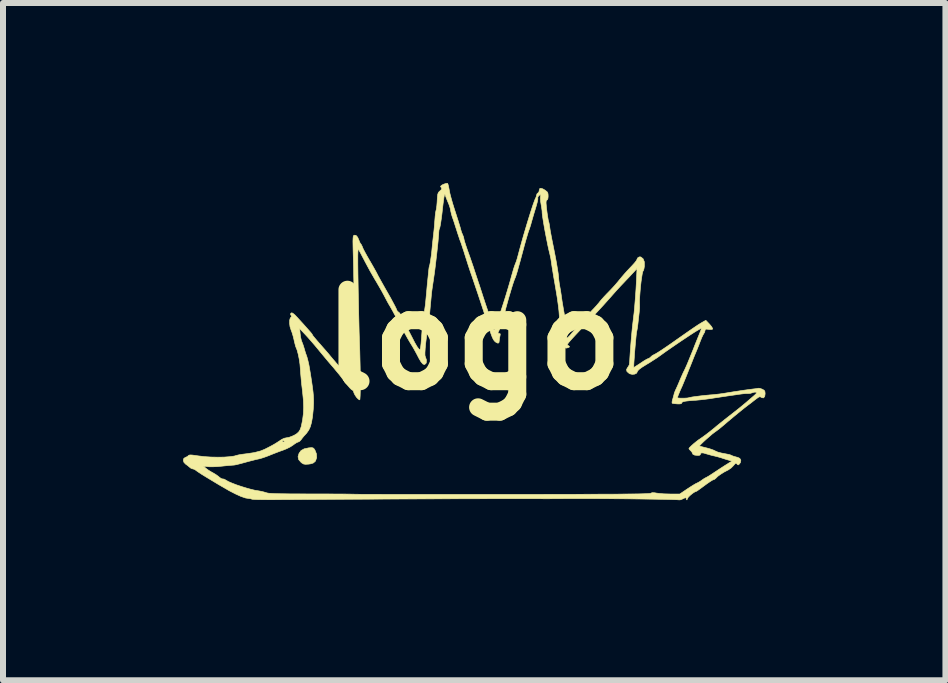
<source format=kicad_pcb>
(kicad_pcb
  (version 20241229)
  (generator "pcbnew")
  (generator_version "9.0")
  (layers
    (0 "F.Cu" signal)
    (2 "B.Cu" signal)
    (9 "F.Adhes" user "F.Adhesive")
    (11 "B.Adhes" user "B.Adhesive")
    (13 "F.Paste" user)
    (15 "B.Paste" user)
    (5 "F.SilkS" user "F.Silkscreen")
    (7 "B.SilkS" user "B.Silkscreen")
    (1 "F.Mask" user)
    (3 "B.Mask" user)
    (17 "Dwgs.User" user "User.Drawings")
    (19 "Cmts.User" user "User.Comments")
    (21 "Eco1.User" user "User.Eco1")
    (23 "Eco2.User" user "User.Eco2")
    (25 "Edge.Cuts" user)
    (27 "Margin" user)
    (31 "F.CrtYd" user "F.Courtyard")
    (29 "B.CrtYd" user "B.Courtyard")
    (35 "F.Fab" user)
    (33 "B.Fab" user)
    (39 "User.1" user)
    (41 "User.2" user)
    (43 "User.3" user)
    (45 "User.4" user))
  (footprint "logo"
    (layer "F.Cu")
    (at 4.845 2.613)
    (property "Reference" "logo" (at 0 0 0) (layer "F.SilkS") (effects (font (size 1.524 1.524) (thickness 0.3))))
    (attr through_hole)
    (fp_poly (pts (xy -2.679 1.801) (xy -2.66 1.817) (xy -2.645 1.841) (xy -2.621 1.902) (xy -2.618 1.965) (xy -2.637 2.019) (xy -2.645 2.029) (xy -2.676 2.054) (xy -2.723 2.068) (xy -2.753 2.072) (xy -2.803 2.075) (xy -2.836 2.07) (xy -2.866 2.052) (xy -2.88 2.04) (xy -2.918 1.996) (xy -2.928 1.947) (xy -2.911 1.891) (xy -2.878 1.846) (xy -2.826 1.817) (xy -2.751 1.801) (xy -2.705 1.797) (xy -2.679 1.801)) (stroke (width 0.01) (type solid)) (fill yes) (layer "F.SilkS"))
    (fp_poly (pts (xy -0.435 -2.606) (xy -0.427 -2.585) (xy -0.417 -2.544) (xy -0.407 -2.49) (xy -0.406 -2.485) (xy -0.396 -2.434) (xy -0.377 -2.362) (xy -0.353 -2.277) (xy -0.325 -2.187) (xy -0.308 -2.134) (xy -0.281 -2.05) (xy -0.256 -1.972) (xy -0.236 -1.907) (xy -0.222 -1.86) (xy -0.217 -1.84) (xy -0.203 -1.792) (xy -0.185 -1.751) (xy -0.17 -1.713) (xy -0.164 -1.684) (xy -0.159 -1.661) (xy -0.146 -1.616) (xy -0.126 -1.555) (xy -0.102 -1.485) (xy -0.098 -1.475) (xy -0.067 -1.389) (xy -0.035 -1.296) (xy -0.005 -1.209) (xy 0.014 -1.15) (xy 0.038 -1.077) (xy 0.063 -1.002) (xy 0.084 -0.938) (xy 0.091 -0.919) (xy 0.113 -0.851) (xy 0.137 -0.777) (xy 0.149 -0.74) (xy 0.161 -0.702) (xy 0.175 -0.661) (xy 0.191 -0.611) (xy 0.212 -0.549) (xy 0.239 -0.47) (xy 0.273 -0.37) (xy 0.298 -0.299) (xy 0.315 -0.247) (xy 0.327 -0.205) (xy 0.332 -0.183) (xy 0.338 -0.163) (xy 0.348 -0.171) (xy 0.363 -0.205) (xy 0.382 -0.262) (xy 0.388 -0.286) (xy 0.405 -0.345) (xy 0.42 -0.395) (xy 0.432 -0.427) (xy 0.434 -0.432) (xy 0.445 -0.458) (xy 0.462 -0.508) (xy 0.484 -0.576) (xy 0.51 -0.657) (xy 0.538 -0.747) (xy 0.566 -0.84) (xy 0.593 -0.931) (xy 0.617 -1.015) (xy 0.627 -1.053) (xy 0.648 -1.126) (xy 0.667 -1.191) (xy 0.684 -1.241) (xy 0.695 -1.27) (xy 0.709 -1.305) (xy 0.725 -1.356) (xy 0.736 -1.397) (xy 0.764 -1.502) (xy 0.795 -1.615) (xy 0.828 -1.732) (xy 0.863 -1.85) (xy 0.897 -1.964) (xy 0.93 -2.071) (xy 0.961 -2.168) (xy 0.988 -2.25) (xy 1.011 -2.314) (xy 1.027 -2.355) (xy 1.036 -2.371) (xy 1.044 -2.393) (xy 1.046 -2.408) (xy 1.056 -2.436) (xy 1.068 -2.445) (xy 1.086 -2.465) (xy 1.091 -2.489) (xy 1.099 -2.519) (xy 1.117 -2.525) (xy 1.15 -2.516) (xy 1.19 -2.493) (xy 1.223 -2.466) (xy 1.229 -2.459) (xy 1.238 -2.432) (xy 1.24 -2.394) (xy 1.237 -2.358) (xy 1.228 -2.334) (xy 1.221 -2.331) (xy 1.208 -2.317) (xy 1.205 -2.282) (xy 1.209 -2.235) (xy 1.215 -2.176) (xy 1.223 -2.113) (xy 1.232 -2.053) (xy 1.24 -2.005) (xy 1.246 -1.976) (xy 1.248 -1.972) (xy 1.254 -1.951) (xy 1.262 -1.91) (xy 1.268 -1.865) (xy 1.277 -1.807) (xy 1.291 -1.733) (xy 1.306 -1.655) (xy 1.313 -1.621) (xy 1.336 -1.507) (xy 1.358 -1.394) (xy 1.378 -1.287) (xy 1.394 -1.19) (xy 1.407 -1.109) (xy 1.414 -1.048) (xy 1.416 -1.016) (xy 1.419 -0.99) (xy 1.425 -0.945) (xy 1.433 -0.896) (xy 1.446 -0.825) (xy 1.458 -0.746) (xy 1.464 -0.702) (xy 1.473 -0.64) (xy 1.486 -0.563) (xy 1.499 -0.486) (xy 1.502 -0.471) (xy 1.52 -0.367) (xy 1.533 -0.289) (xy 1.542 -0.232) (xy 1.547 -0.194) (xy 1.548 -0.169) (xy 1.546 -0.153) (xy 1.541 -0.144) (xy 1.541 -0.144) (xy 1.534 -0.121) (xy 1.534 -0.086) (xy 1.54 -0.052) (xy 1.55 -0.032) (xy 1.554 -0.03) (xy 1.57 -0.04) (xy 1.597 -0.067) (xy 1.607 -0.078) (xy 1.644 -0.122) (xy 1.694 -0.18) (xy 1.752 -0.245) (xy 1.813 -0.314) (xy 1.873 -0.381) (xy 1.927 -0.442) (xy 1.971 -0.49) (xy 2.001 -0.521) (xy 2.002 -0.522) (xy 2.044 -0.568) (xy 2.086 -0.617) (xy 2.096 -0.63) (xy 2.126 -0.667) (xy 2.169 -0.715) (xy 2.218 -0.767) (xy 2.231 -0.78) (xy 2.288 -0.839) (xy 2.349 -0.905) (xy 2.401 -0.966) (xy 2.405 -0.971) (xy 2.464 -1.043) (xy 2.512 -1.099) (xy 2.556 -1.148) (xy 2.604 -1.199) (xy 2.641 -1.238) (xy 2.679 -1.28) (xy 2.706 -1.314) (xy 2.719 -1.336) (xy 2.719 -1.338) (xy 2.732 -1.365) (xy 2.76 -1.382) (xy 2.784 -1.381) (xy 2.822 -1.351) (xy 2.843 -1.3) (xy 2.844 -1.229) (xy 2.844 -1.227) (xy 2.837 -1.184) (xy 2.829 -1.156) (xy 2.824 -1.15) (xy 2.817 -1.136) (xy 2.808 -1.098) (xy 2.799 -1.041) (xy 2.789 -0.971) (xy 2.78 -0.892) (xy 2.773 -0.812) (xy 2.767 -0.734) (xy 2.763 -0.666) (xy 2.763 -0.613) (xy 2.764 -0.578) (xy 2.764 -0.552) (xy 2.764 -0.526) (xy 2.761 -0.495) (xy 2.757 -0.452) (xy 2.75 -0.39) (xy 2.744 -0.336) (xy 2.736 -0.264) (xy 2.728 -0.202) (xy 2.72 -0.157) (xy 2.715 -0.134) (xy 2.712 -0.115) (xy 2.707 -0.072) (xy 2.701 -0.011) (xy 2.694 0.063) (xy 2.687 0.143) (xy 2.68 0.225) (xy 2.675 0.302) (xy 2.67 0.37) (xy 2.667 0.422) (xy 2.666 0.453) (xy 2.667 0.46) (xy 2.68 0.454) (xy 2.711 0.434) (xy 2.756 0.405) (xy 2.78 0.389) (xy 2.831 0.355) (xy 2.874 0.329) (xy 2.902 0.315) (xy 2.908 0.314) (xy 2.93 0.303) (xy 2.945 0.29) (xy 2.975 0.263) (xy 2.995 0.252) (xy 3.028 0.235) (xy 3.07 0.21) (xy 3.125 0.175) (xy 3.196 0.127) (xy 3.285 0.066) (xy 3.377 0.001) (xy 3.497 -0.083) (xy 3.594 -0.151) (xy 3.673 -0.205) (xy 3.734 -0.246) (xy 3.78 -0.275) (xy 3.811 -0.293) (xy 3.868 -0.325) (xy 3.93 -0.26) (xy 3.961 -0.223) (xy 3.979 -0.193) (xy 3.982 -0.179) (xy 3.962 -0.172) (xy 3.923 -0.172) (xy 3.914 -0.174) (xy 3.876 -0.178) (xy 3.859 -0.172) (xy 3.855 -0.156) (xy 3.846 -0.122) (xy 3.835 -0.106) (xy 3.821 -0.081) (xy 3.8 -0.037) (xy 3.778 0.018) (xy 3.773 0.03) (xy 3.749 0.093) (xy 3.725 0.153) (xy 3.706 0.199) (xy 3.705 0.202) (xy 3.69 0.237) (xy 3.667 0.293) (xy 3.639 0.364) (xy 3.608 0.442) (xy 3.593 0.478) (xy 3.561 0.559) (xy 3.53 0.636) (xy 3.503 0.701) (xy 3.483 0.749) (xy 3.478 0.762) (xy 3.441 0.843) (xy 3.417 0.901) (xy 3.402 0.939) (xy 3.397 0.96) (xy 3.398 0.967) (xy 3.416 0.971) (xy 3.453 0.973) (xy 3.499 0.973) (xy 3.543 0.971) (xy 3.575 0.968) (xy 3.583 0.965) (xy 3.604 0.96) (xy 3.647 0.952) (xy 3.707 0.944) (xy 3.776 0.935) (xy 3.847 0.927) (xy 3.914 0.921) (xy 3.93 0.919) (xy 3.988 0.915) (xy 4.041 0.909) (xy 4.095 0.903) (xy 4.159 0.894) (xy 4.239 0.881) (xy 4.325 0.867) (xy 4.405 0.855) (xy 4.482 0.843) (xy 4.548 0.834) (xy 4.587 0.829) (xy 4.654 0.82) (xy 4.698 0.815) (xy 4.724 0.811) (xy 4.74 0.808) (xy 4.744 0.807) (xy 4.767 0.809) (xy 4.803 0.821) (xy 4.807 0.823) (xy 4.84 0.841) (xy 4.853 0.864) (xy 4.856 0.9) (xy 4.849 0.945) (xy 4.829 0.968) (xy 4.801 0.964) (xy 4.788 0.956) (xy 4.77 0.948) (xy 4.747 0.956) (xy 4.712 0.981) (xy 4.67 1.013) (xy 4.618 1.054) (xy 4.579 1.083) (xy 4.514 1.133) (xy 4.432 1.199) (xy 4.337 1.277) (xy 4.234 1.363) (xy 4.169 1.419) (xy 4.121 1.459) (xy 4.08 1.492) (xy 4.052 1.513) (xy 4.047 1.517) (xy 4.017 1.538) (xy 3.975 1.57) (xy 3.928 1.611) (xy 3.878 1.654) (xy 3.832 1.696) (xy 3.795 1.732) (xy 3.77 1.758) (xy 3.764 1.77) (xy 3.784 1.777) (xy 3.825 1.788) (xy 3.877 1.801) (xy 3.879 1.801) (xy 3.939 1.818) (xy 3.993 1.837) (xy 4.028 1.854) (xy 4.067 1.871) (xy 4.123 1.886) (xy 4.175 1.896) (xy 4.228 1.906) (xy 4.271 1.916) (xy 4.293 1.925) (xy 4.319 1.937) (xy 4.359 1.949) (xy 4.363 1.95) (xy 4.403 1.961) (xy 4.432 1.975) (xy 4.434 1.976) (xy 4.451 2.006) (xy 4.445 2.044) (xy 4.428 2.069) (xy 4.408 2.085) (xy 4.394 2.078) (xy 4.386 2.068) (xy 4.373 2.056) (xy 4.359 2.061) (xy 4.336 2.087) (xy 4.329 2.096) (xy 4.289 2.136) (xy 4.241 2.169) (xy 4.233 2.173) (xy 4.173 2.204) (xy 4.114 2.241) (xy 4.066 2.276) (xy 4.037 2.305) (xy 4.012 2.326) (xy 3.997 2.331) (xy 3.977 2.339) (xy 3.939 2.363) (xy 3.889 2.397) (xy 3.847 2.428) (xy 3.794 2.467) (xy 3.75 2.499) (xy 3.72 2.52) (xy 3.71 2.525) (xy 3.684 2.535) (xy 3.647 2.559) (xy 3.608 2.591) (xy 3.576 2.622) (xy 3.562 2.645) (xy 3.553 2.668) (xy 3.547 2.663) (xy 3.545 2.656) (xy 3.539 2.636) (xy 3.527 2.632) (xy 3.501 2.642) (xy 3.48 2.653) (xy 3.446 2.666) (xy 3.424 2.668) (xy 3.423 2.668) (xy 3.405 2.666) (xy 3.361 2.664) (xy 3.293 2.662) (xy 3.204 2.66) (xy 3.097 2.658) (xy 2.976 2.656) (xy 2.843 2.654) (xy 2.701 2.652) (xy 2.553 2.65) (xy 2.403 2.649) (xy 2.253 2.648) (xy 2.106 2.647) (xy 1.966 2.646) (xy 1.835 2.646) (xy 1.717 2.646) (xy 1.614 2.646) (xy 1.591 2.646) (xy 1.488 2.647) (xy 1.391 2.648) (xy 1.307 2.648) (xy 1.24 2.649) (xy 1.195 2.649) (xy 1.18 2.649) (xy 1.117 2.648) (xy 1.027 2.648) (xy 0.91 2.648) (xy 0.769 2.647) (xy 0.607 2.648) (xy 0.425 2.648) (xy 0.225 2.648) (xy 0.01 2.649) (xy -0.219 2.649) (xy -0.46 2.65) (xy -0.71 2.651) (xy -0.968 2.652) (xy -1.231 2.653) (xy -1.498 2.654) (xy -1.766 2.656) (xy -2.034 2.657) (xy -2.299 2.658) (xy -2.56 2.66) (xy -2.814 2.661) (xy -3.06 2.663) (xy -3.294 2.664) (xy -3.322 2.665) (xy -3.423 2.665) (xy -3.514 2.664) (xy -3.591 2.663) (xy -3.65 2.661) (xy -3.686 2.658) (xy -3.696 2.656) (xy -3.724 2.647) (xy -3.747 2.645) (xy -3.804 2.636) (xy -3.88 2.61) (xy -3.972 2.568) (xy -4.077 2.514) (xy -4.116 2.491) (xy -4.251 2.413) (xy -4.367 2.343) (xy -4.465 2.284) (xy -4.541 2.237) (xy -4.595 2.201) (xy -4.625 2.18) (xy -4.625 2.179) (xy -4.657 2.158) (xy -4.681 2.152) (xy -4.711 2.142) (xy -4.733 2.125) (xy -4.756 2.105) (xy -4.505 2.105) (xy -4.46 2.144) (xy -4.418 2.175) (xy -4.366 2.206) (xy -4.349 2.215) (xy -4.3 2.244) (xy -4.255 2.276) (xy -4.243 2.287) (xy -4.212 2.31) (xy -4.187 2.319) (xy -4.184 2.318) (xy -4.16 2.322) (xy -4.128 2.34) (xy -4.126 2.341) (xy -4.088 2.363) (xy -4.027 2.389) (xy -3.952 2.418) (xy -3.868 2.446) (xy -3.783 2.472) (xy -3.704 2.494) (xy -3.639 2.509) (xy -3.621 2.511) (xy -3.559 2.522) (xy -3.501 2.535) (xy -3.461 2.547) (xy -3.444 2.552) (xy -3.416 2.557) (xy -3.376 2.56) (xy -3.321 2.563) (xy -3.248 2.565) (xy -3.155 2.566) (xy -3.04 2.568) (xy -2.9 2.568) (xy -2.733 2.569) (xy -2.705 2.569) (xy -2.562 2.569) (xy -2.43 2.569) (xy -2.309 2.57) (xy -2.204 2.57) (xy -2.116 2.571) (xy -2.051 2.572) (xy -2.009 2.573) (xy -1.994 2.573) (xy -1.979 2.574) (xy -1.935 2.574) (xy -1.865 2.575) (xy -1.769 2.575) (xy -1.65 2.575) (xy -1.509 2.576) (xy -1.348 2.576) (xy -1.167 2.576) (xy -0.969 2.576) (xy -0.756 2.576) (xy -0.528 2.576) (xy -0.287 2.576) (xy -0.035 2.576) (xy 0.226 2.576) (xy 0.468 2.576) (xy 0.805 2.576) (xy 1.112 2.576) (xy 1.391 2.575) (xy 1.644 2.575) (xy 1.871 2.574) (xy 2.073 2.573) (xy 2.251 2.573) (xy 2.406 2.572) (xy 2.54 2.57) (xy 2.652 2.569) (xy 2.745 2.568) (xy 2.819 2.566) (xy 2.876 2.564) (xy 2.915 2.562) (xy 2.939 2.56) (xy 2.948 2.558) (xy 2.972 2.548) (xy 3.013 2.549) (xy 3.048 2.555) (xy 3.098 2.561) (xy 3.167 2.567) (xy 3.243 2.569) (xy 3.28 2.57) (xy 3.434 2.57) (xy 3.558 2.486) (xy 3.615 2.449) (xy 3.666 2.417) (xy 3.704 2.395) (xy 3.718 2.389) (xy 3.753 2.371) (xy 3.794 2.345) (xy 3.8 2.34) (xy 3.836 2.315) (xy 3.866 2.298) (xy 3.87 2.296) (xy 3.883 2.29) (xy 3.898 2.281) (xy 3.921 2.268) (xy 3.955 2.246) (xy 4.005 2.213) (xy 4.075 2.167) (xy 4.076 2.166) (xy 4.136 2.127) (xy 4.192 2.091) (xy 4.237 2.063) (xy 4.252 2.053) (xy 4.304 2.022) (xy 4.24 2.003) (xy 4.183 1.986) (xy 4.125 1.967) (xy 4.116 1.964) (xy 4.063 1.949) (xy 4.011 1.936) (xy 4.004 1.935) (xy 3.955 1.923) (xy 3.9 1.907) (xy 3.888 1.904) (xy 3.831 1.887) (xy 3.797 1.884) (xy 3.782 1.894) (xy 3.78 1.905) (xy 3.767 1.923) (xy 3.737 1.927) (xy 3.683 1.922) (xy 3.652 1.907) (xy 3.646 1.892) (xy 3.635 1.87) (xy 3.616 1.849) (xy 3.593 1.826) (xy 3.586 1.812) (xy 3.597 1.796) (xy 3.625 1.768) (xy 3.664 1.733) (xy 3.708 1.697) (xy 3.75 1.665) (xy 3.773 1.65) (xy 3.813 1.622) (xy 3.868 1.582) (xy 3.928 1.536) (xy 3.984 1.491) (xy 4.021 1.461) (xy 4.039 1.445) (xy 4.061 1.427) (xy 4.092 1.402) (xy 4.133 1.369) (xy 4.188 1.325) (xy 4.261 1.268) (xy 4.349 1.199) (xy 4.414 1.148) (xy 4.481 1.093) (xy 4.54 1.044) (xy 4.564 1.023) (xy 4.628 0.968) (xy 4.672 0.93) (xy 4.699 0.905) (xy 4.712 0.889) (xy 4.715 0.881) (xy 4.709 0.876) (xy 4.702 0.873) (xy 4.672 0.873) (xy 4.647 0.881) (xy 4.607 0.893) (xy 4.575 0.895) (xy 4.536 0.895) (xy 4.484 0.9) (xy 4.46 0.903) (xy 4.406 0.91) (xy 4.356 0.918) (xy 4.34 0.92) (xy 4.229 0.936) (xy 4.102 0.955) (xy 3.971 0.975) (xy 3.957 0.978) (xy 3.874 0.989) (xy 3.781 1) (xy 3.696 1.008) (xy 3.683 1.008) (xy 3.596 1.015) (xy 3.534 1.022) (xy 3.495 1.03) (xy 3.474 1.039) (xy 3.466 1.051) (xy 3.466 1.053) (xy 3.456 1.065) (xy 3.424 1.069) (xy 3.391 1.068) (xy 3.346 1.064) (xy 3.314 1.059) (xy 3.306 1.055) (xy 3.305 1.037) (xy 3.312 1.001) (xy 3.318 0.982) (xy 3.33 0.94) (xy 3.338 0.909) (xy 3.339 0.902) (xy 3.346 0.88) (xy 3.361 0.842) (xy 3.372 0.82) (xy 3.396 0.767) (xy 3.423 0.704) (xy 3.436 0.672) (xy 3.463 0.61) (xy 3.494 0.541) (xy 3.511 0.508) (xy 3.53 0.467) (xy 3.558 0.404) (xy 3.59 0.326) (xy 3.625 0.24) (xy 3.653 0.172) (xy 3.686 0.087) (xy 3.718 0.008) (xy 3.745 -0.059) (xy 3.765 -0.108) (xy 3.775 -0.132) (xy 3.788 -0.166) (xy 3.791 -0.188) (xy 3.79 -0.19) (xy 3.775 -0.184) (xy 3.74 -0.164) (xy 3.687 -0.132) (xy 3.62 -0.089) (xy 3.543 -0.038) (xy 3.459 0.018) (xy 3.372 0.077) (xy 3.285 0.137) (xy 3.201 0.195) (xy 3.125 0.25) (xy 3.101 0.267) (xy 3.058 0.298) (xy 2.997 0.337) (xy 2.929 0.381) (xy 2.877 0.412) (xy 2.803 0.458) (xy 2.755 0.494) (xy 2.731 0.519) (xy 2.727 0.53) (xy 2.714 0.556) (xy 2.682 0.572) (xy 2.641 0.576) (xy 2.6 0.566) (xy 2.59 0.56) (xy 2.553 0.528) (xy 2.546 0.495) (xy 2.566 0.459) (xy 2.568 0.458) (xy 2.592 0.418) (xy 2.599 0.361) (xy 2.599 0.358) (xy 2.601 0.316) (xy 2.605 0.251) (xy 2.611 0.169) (xy 2.618 0.075) (xy 2.626 -0.024) (xy 2.635 -0.122) (xy 2.644 -0.213) (xy 2.653 -0.291) (xy 2.66 -0.35) (xy 2.66 -0.351) (xy 2.672 -0.447) (xy 2.683 -0.566) (xy 2.694 -0.701) (xy 2.704 -0.844) (xy 2.712 -0.989) (xy 2.712 -0.994) (xy 2.721 -1.188) (xy 2.666 -1.128) (xy 2.631 -1.091) (xy 2.584 -1.04) (xy 2.531 -0.985) (xy 2.504 -0.956) (xy 2.445 -0.894) (xy 2.377 -0.82) (xy 2.313 -0.748) (xy 2.286 -0.717) (xy 2.227 -0.651) (xy 2.159 -0.575) (xy 2.089 -0.499) (xy 2.048 -0.455) (xy 1.933 -0.333) (xy 1.838 -0.232) (xy 1.759 -0.148) (xy 1.696 -0.081) (xy 1.648 -0.029) (xy 1.612 0.011) (xy 1.586 0.041) (xy 1.571 0.061) (xy 1.563 0.075) (xy 1.561 0.083) (xy 1.563 0.088) (xy 1.569 0.092) (xy 1.576 0.096) (xy 1.578 0.097) (xy 1.596 0.113) (xy 1.59 0.123) (xy 1.569 0.132) (xy 1.537 0.139) (xy 1.518 0.126) (xy 1.517 0.123) (xy 1.493 0.094) (xy 1.475 0.077) (xy 1.458 0.05) (xy 1.45 0.019) (xy 1.453 -0.006) (xy 1.465 -0.015) (xy 1.475 -0.026) (xy 1.474 -0.041) (xy 1.468 -0.069) (xy 1.462 -0.116) (xy 1.456 -0.164) (xy 1.45 -0.216) (xy 1.444 -0.255) (xy 1.44 -0.272) (xy 1.436 -0.291) (xy 1.432 -0.331) (xy 1.428 -0.385) (xy 1.427 -0.391) (xy 1.42 -0.482) (xy 1.408 -0.582) (xy 1.392 -0.698) (xy 1.369 -0.837) (xy 1.347 -0.966) (xy 1.329 -1.068) (xy 1.316 -1.149) (xy 1.306 -1.21) (xy 1.299 -1.256) (xy 1.294 -1.29) (xy 1.292 -1.306) (xy 1.285 -1.353) (xy 1.272 -1.413) (xy 1.262 -1.455) (xy 1.248 -1.513) (xy 1.232 -1.587) (xy 1.215 -1.673) (xy 1.197 -1.764) (xy 1.18 -1.855) (xy 1.165 -1.942) (xy 1.153 -2.017) (xy 1.144 -2.077) (xy 1.14 -2.115) (xy 1.14 -2.124) (xy 1.139 -2.148) (xy 1.133 -2.192) (xy 1.124 -2.247) (xy 1.123 -2.252) (xy 1.114 -2.309) (xy 1.111 -2.358) (xy 1.113 -2.389) (xy 1.113 -2.39) (xy 1.116 -2.416) (xy 1.104 -2.417) (xy 1.081 -2.398) (xy 1.067 -2.374) (xy 1.068 -2.361) (xy 1.068 -2.341) (xy 1.06 -2.299) (xy 1.045 -2.242) (xy 1.03 -2.192) (xy 1.008 -2.12) (xy 0.987 -2.049) (xy 0.97 -1.99) (xy 0.963 -1.965) (xy 0.946 -1.904) (xy 0.925 -1.841) (xy 0.918 -1.823) (xy 0.905 -1.784) (xy 0.887 -1.724) (xy 0.865 -1.649) (xy 0.842 -1.567) (xy 0.835 -1.539) (xy 0.8 -1.409) (xy 0.772 -1.305) (xy 0.749 -1.224) (xy 0.732 -1.161) (xy 0.718 -1.114) (xy 0.707 -1.079) (xy 0.698 -1.053) (xy 0.691 -1.034) (xy 0.683 -1.017) (xy 0.683 -1.016) (xy 0.671 -0.985) (xy 0.653 -0.932) (xy 0.631 -0.862) (xy 0.607 -0.781) (xy 0.582 -0.697) (xy 0.559 -0.614) (xy 0.538 -0.539) (xy 0.523 -0.479) (xy 0.523 -0.478) (xy 0.504 -0.407) (xy 0.483 -0.332) (xy 0.461 -0.261) (xy 0.441 -0.203) (xy 0.426 -0.165) (xy 0.424 -0.162) (xy 0.407 -0.126) (xy 0.406 -0.109) (xy 0.422 -0.105) (xy 0.427 -0.105) (xy 0.443 -0.098) (xy 0.439 -0.073) (xy 0.439 -0.071) (xy 0.43 -0.03) (xy 0.426 0.007) (xy 0.421 0.045) (xy 0.405 0.057) (xy 0.375 0.044) (xy 0.359 0.033) (xy 0.342 0.016) (xy 0.324 -0.011) (xy 0.306 -0.05) (xy 0.284 -0.109) (xy 0.258 -0.19) (xy 0.248 -0.219) (xy 0.21 -0.338) (xy 0.165 -0.477) (xy 0.116 -0.626) (xy 0.066 -0.777) (xy 0.017 -0.921) (xy -0.026 -1.049) (xy -0.041 -1.091) (xy -0.064 -1.158) (xy -0.092 -1.243) (xy -0.12 -1.332) (xy -0.141 -1.397) (xy -0.164 -1.471) (xy -0.187 -1.54) (xy -0.205 -1.595) (xy -0.217 -1.629) (xy -0.231 -1.665) (xy -0.25 -1.722) (xy -0.272 -1.788) (xy -0.285 -1.83) (xy -0.308 -1.9) (xy -0.329 -1.966) (xy -0.347 -2.019) (xy -0.355 -2.039) (xy -0.371 -2.092) (xy -0.383 -2.144) (xy -0.384 -2.151) (xy -0.393 -2.195) (xy -0.411 -2.25) (xy -0.426 -2.286) (xy -0.447 -2.337) (xy -0.465 -2.383) (xy -0.473 -2.406) (xy -0.48 -2.425) (xy -0.486 -2.422) (xy -0.492 -2.394) (xy -0.496 -2.376) (xy -0.501 -2.336) (xy -0.51 -2.274) (xy -0.519 -2.198) (xy -0.528 -2.116) (xy -0.53 -2.099) (xy -0.54 -2.021) (xy -0.55 -1.953) (xy -0.559 -1.9) (xy -0.566 -1.868) (xy -0.568 -1.864) (xy -0.579 -1.831) (xy -0.583 -1.789) (xy -0.584 -1.759) (xy -0.589 -1.705) (xy -0.595 -1.633) (xy -0.604 -1.548) (xy -0.613 -1.464) (xy -0.626 -1.351) (xy -0.637 -1.257) (xy -0.647 -1.175) (xy -0.658 -1.093) (xy -0.671 -1.004) (xy -0.687 -0.896) (xy -0.692 -0.862) (xy -0.697 -0.827) (xy -0.702 -0.787) (xy -0.707 -0.737) (xy -0.713 -0.672) (xy -0.721 -0.587) (xy -0.731 -0.478) (xy -0.733 -0.456) (xy -0.74 -0.377) (xy -0.749 -0.301) (xy -0.757 -0.238) (xy -0.763 -0.202) (xy -0.778 -0.113) (xy -0.791 -0.021) (xy -0.802 0.067) (xy -0.809 0.146) (xy -0.813 0.212) (xy -0.813 0.257) (xy -0.809 0.275) (xy -0.788 0.336) (xy -0.791 0.383) (xy -0.798 0.396) (xy -0.821 0.413) (xy -0.848 0.403) (xy -0.88 0.365) (xy -0.913 0.309) (xy -0.952 0.234) (xy -0.982 0.179) (xy -1.006 0.136) (xy -1.028 0.099) (xy -1.048 0.067) (xy -1.069 0.032) (xy -1.1 -0.021) (xy -1.141 -0.095) (xy -1.194 -0.19) (xy -1.258 -0.309) (xy -1.336 -0.453) (xy -1.341 -0.463) (xy -1.369 -0.513) (xy -1.391 -0.552) (xy -1.404 -0.574) (xy -1.405 -0.575) (xy -1.416 -0.594) (xy -1.438 -0.633) (xy -1.466 -0.686) (xy -1.49 -0.732) (xy -1.532 -0.81) (xy -1.581 -0.895) (xy -1.627 -0.974) (xy -1.643 -1) (xy -1.68 -1.064) (xy -1.726 -1.144) (xy -1.773 -1.231) (xy -1.817 -1.313) (xy -1.817 -1.314) (xy -1.853 -1.382) (xy -1.884 -1.441) (xy -1.908 -1.485) (xy -1.923 -1.509) (xy -1.925 -1.512) (xy -1.928 -1.502) (xy -1.93 -1.466) (xy -1.932 -1.409) (xy -1.932 -1.336) (xy -1.932 -1.266) (xy -1.93 -1.104) (xy -1.927 -0.935) (xy -1.924 -0.762) (xy -1.92 -0.591) (xy -1.917 -0.427) (xy -1.913 -0.273) (xy -1.91 -0.135) (xy -1.906 -0.017) (xy -1.903 0.075) (xy -1.899 0.195) (xy -1.896 0.319) (xy -1.893 0.443) (xy -1.891 0.563) (xy -1.891 0.675) (xy -1.891 0.776) (xy -1.891 0.863) (xy -1.893 0.932) (xy -1.896 0.979) (xy -1.899 1) (xy -1.9 1.001) (xy -1.923 0.989) (xy -1.952 0.96) (xy -1.978 0.922) (xy -1.996 0.886) (xy -1.998 0.878) (xy -2.009 0.848) (xy -2.024 0.837) (xy -2.039 0.828) (xy -2.065 0.802) (xy -2.104 0.757) (xy -2.157 0.69) (xy -2.211 0.618) (xy -2.244 0.576) (xy -2.29 0.521) (xy -2.34 0.46) (xy -2.369 0.427) (xy -2.424 0.363) (xy -2.488 0.286) (xy -2.552 0.209) (xy -2.589 0.164) (xy -2.646 0.095) (xy -2.709 0.022) (xy -2.768 -0.045) (xy -2.802 -0.082) (xy -2.901 -0.187) (xy -2.893 -0.102) (xy -2.885 -0.044) (xy -2.873 0.01) (xy -2.864 0.033) (xy -2.846 0.079) (xy -2.828 0.135) (xy -2.824 0.149) (xy -2.81 0.197) (xy -2.797 0.237) (xy -2.793 0.247) (xy -2.779 0.287) (xy -2.764 0.343) (xy -2.75 0.403) (xy -2.744 0.433) (xy -2.72 0.575) (xy -2.702 0.692) (xy -2.688 0.789) (xy -2.678 0.869) (xy -2.672 0.937) (xy -2.669 0.998) (xy -2.669 1.056) (xy -2.672 1.116) (xy -2.675 1.165) (xy -2.687 1.283) (xy -2.703 1.375) (xy -2.723 1.448) (xy -2.75 1.506) (xy -2.784 1.554) (xy -2.795 1.567) (xy -2.833 1.608) (xy -2.865 1.648) (xy -2.877 1.665) (xy -2.902 1.692) (xy -2.925 1.703) (xy -2.949 1.712) (xy -2.985 1.735) (xy -3.009 1.753) (xy -3.056 1.784) (xy -3.118 1.815) (xy -3.175 1.838) (xy -3.243 1.862) (xy -3.321 1.892) (xy -3.394 1.921) (xy -3.395 1.922) (xy -3.46 1.947) (xy -3.524 1.969) (xy -3.576 1.984) (xy -3.582 1.985) (xy -3.629 1.995) (xy -3.683 2.009) (xy -3.75 2.026) (xy -3.837 2.05) (xy -3.901 2.067) (xy -3.952 2.08) (xy -3.995 2.088) (xy -4.013 2.089) (xy -4.039 2.091) (xy -4.088 2.095) (xy -4.15 2.101) (xy -4.198 2.106) (xy -4.273 2.113) (xy -4.346 2.116) (xy -4.405 2.116) (xy -4.43 2.114) (xy -4.505 2.105) (xy -4.756 2.105) (xy -4.765 2.098) (xy -4.801 2.072) (xy -4.83 2.042) (xy -4.84 2.007) (xy -4.831 1.976) (xy -4.804 1.959) (xy -4.804 1.959) (xy -4.771 1.945) (xy -4.759 1.933) (xy -4.748 1.924) (xy -4.729 1.919) (xy -4.696 1.92) (xy -4.643 1.927) (xy -4.588 1.935) (xy -4.487 1.947) (xy -4.378 1.954) (xy -4.268 1.956) (xy -4.163 1.955) (xy -4.069 1.948) (xy -3.993 1.938) (xy -3.947 1.925) (xy -3.914 1.917) (xy -3.861 1.908) (xy -3.797 1.9) (xy -3.779 1.898) (xy -3.659 1.88) (xy -3.554 1.853) (xy -3.485 1.825) (xy -3.414 1.789) (xy -3.361 1.761) (xy -3.319 1.737) (xy -3.28 1.713) (xy -3.242 1.688) (xy -3.19 1.688) (xy -3.187 1.701) (xy -3.176 1.703) (xy -3.155 1.7) (xy -3.153 1.697) (xy -3.164 1.683) (xy -3.183 1.682) (xy -3.19 1.688) (xy -3.242 1.688) (xy -3.236 1.685) (xy -3.203 1.662) (xy -3.16 1.641) (xy -3.117 1.632) (xy -3.113 1.632) (xy -3.077 1.625) (xy -3.028 1.607) (xy -2.989 1.589) (xy -2.947 1.563) (xy -2.916 1.534) (xy -2.893 1.497) (xy -2.875 1.446) (xy -2.86 1.374) (xy -2.852 1.333) (xy -2.839 1.231) (xy -2.835 1.124) (xy -2.839 1.004) (xy -2.853 0.865) (xy -2.857 0.829) (xy -2.868 0.739) (xy -2.877 0.643) (xy -2.885 0.554) (xy -2.889 0.493) (xy -2.896 0.407) (xy -2.909 0.319) (xy -2.926 0.237) (xy -2.944 0.17) (xy -2.959 0.133) (xy -2.969 0.107) (xy -2.981 0.061) (xy -2.994 0.006) (xy -2.994 0.004) (xy -3.01 -0.061) (xy -3.029 -0.124) (xy -3.045 -0.166) (xy -3.062 -0.219) (xy -3.069 -0.276) (xy -3.068 -0.327) (xy -3.057 -0.364) (xy -3.047 -0.374) (xy -3.035 -0.389) (xy -3.045 -0.408) (xy -3.055 -0.43) (xy -3.043 -0.446) (xy -3.03 -0.45) (xy -3.01 -0.439) (xy -2.979 -0.413) (xy -2.935 -0.367) (xy -2.911 -0.34) (xy -2.837 -0.259) (xy -2.782 -0.197) (xy -2.742 -0.152) (xy -2.715 -0.121) (xy -2.699 -0.101) (xy -2.691 -0.089) (xy -2.689 -0.083) (xy -2.68 -0.068) (xy -2.654 -0.036) (xy -2.616 0.009) (xy -2.57 0.062) (xy -2.566 0.066) (xy -2.513 0.127) (xy -2.461 0.186) (xy -2.417 0.237) (xy -2.391 0.269) (xy -2.352 0.316) (xy -2.312 0.362) (xy -2.297 0.38) (xy -2.265 0.416) (xy -2.222 0.467) (xy -2.172 0.527) (xy -2.121 0.589) (xy -2.072 0.65) (xy -2.03 0.703) (xy -1.999 0.743) (xy -1.986 0.761) (xy -1.978 0.771) (xy -1.972 0.772) (xy -1.968 0.759) (xy -1.966 0.729) (xy -1.965 0.679) (xy -1.965 0.606) (xy -1.966 0.529) (xy -1.968 0.423) (xy -1.97 0.298) (xy -1.973 0.166) (xy -1.976 0.038) (xy -1.979 -0.045) (xy -1.982 -0.146) (xy -1.985 -0.268) (xy -1.988 -0.404) (xy -1.991 -0.547) (xy -1.994 -0.687) (xy -1.995 -0.792) (xy -1.997 -0.92) (xy -2 -1.053) (xy -2.002 -1.183) (xy -2.005 -1.304) (xy -2.008 -1.409) (xy -2.01 -1.483) (xy -2.012 -1.577) (xy -2.013 -1.645) (xy -2.011 -1.692) (xy -2.008 -1.721) (xy -2.002 -1.736) (xy -1.994 -1.743) (xy -1.963 -1.741) (xy -1.935 -1.71) (xy -1.913 -1.659) (xy -1.898 -1.622) (xy -1.886 -1.601) (xy -1.883 -1.599) (xy -1.873 -1.586) (xy -1.858 -1.555) (xy -1.854 -1.543) (xy -1.838 -1.507) (xy -1.81 -1.454) (xy -1.775 -1.391) (xy -1.746 -1.34) (xy -1.705 -1.27) (xy -1.665 -1.2) (xy -1.631 -1.139) (xy -1.614 -1.107) (xy -1.593 -1.066) (xy -1.56 -1.006) (xy -1.518 -0.931) (xy -1.472 -0.849) (xy -1.428 -0.772) (xy -1.383 -0.693) (xy -1.345 -0.622) (xy -1.314 -0.564) (xy -1.293 -0.522) (xy -1.285 -0.501) (xy -1.285 -0.501) (xy -1.273 -0.477) (xy -1.255 -0.463) (xy -1.231 -0.442) (xy -1.225 -0.425) (xy -1.218 -0.402) (xy -1.199 -0.361) (xy -1.172 -0.309) (xy -1.159 -0.285) (xy -1.119 -0.213) (xy -1.074 -0.13) (xy -1.034 -0.053) (xy -1.029 -0.043) (xy -0.982 0.049) (xy -0.944 0.114) (xy -0.915 0.153) (xy -0.898 0.164) (xy -0.892 0.154) (xy -0.885 0.12) (xy -0.878 0.062) (xy -0.871 -0.022) (xy -0.863 -0.133) (xy -0.858 -0.202) (xy -0.851 -0.271) (xy -0.841 -0.352) (xy -0.83 -0.426) (xy -0.818 -0.499) (xy -0.807 -0.577) (xy -0.8 -0.642) (xy -0.8 -0.642) (xy -0.785 -0.803) (xy -0.773 -0.936) (xy -0.762 -1.041) (xy -0.754 -1.122) (xy -0.748 -1.178) (xy -0.743 -1.212) (xy -0.74 -1.224) (xy -0.733 -1.247) (xy -0.724 -1.292) (xy -0.715 -1.353) (xy -0.705 -1.42) (xy -0.698 -1.488) (xy -0.694 -1.531) (xy -0.687 -1.604) (xy -0.678 -1.686) (xy -0.671 -1.748) (xy -0.663 -1.819) (xy -0.655 -1.903) (xy -0.649 -1.984) (xy -0.648 -1.995) (xy -0.643 -2.058) (xy -0.637 -2.113) (xy -0.63 -2.151) (xy -0.627 -2.159) (xy -0.621 -2.187) (xy -0.615 -2.236) (xy -0.61 -2.297) (xy -0.609 -2.319) (xy -0.605 -2.383) (xy -0.6 -2.424) (xy -0.591 -2.45) (xy -0.577 -2.469) (xy -0.562 -2.482) (xy -0.535 -2.508) (xy -0.534 -2.527) (xy -0.537 -2.53) (xy -0.551 -2.551) (xy -0.553 -2.557) (xy -0.54 -2.572) (xy -0.511 -2.589) (xy -0.475 -2.602) (xy -0.446 -2.608) (xy -0.435 -2.606)) (stroke (width 0.01) (type solid)) (fill yes) (layer "F.SilkS")))
  (gr_rect
    (start -3 -3)
    (end 12.706 8.287)
    (stroke (width 0.1) (type default))
    (fill no)
    (layer "Edge.Cuts")))
</source>
